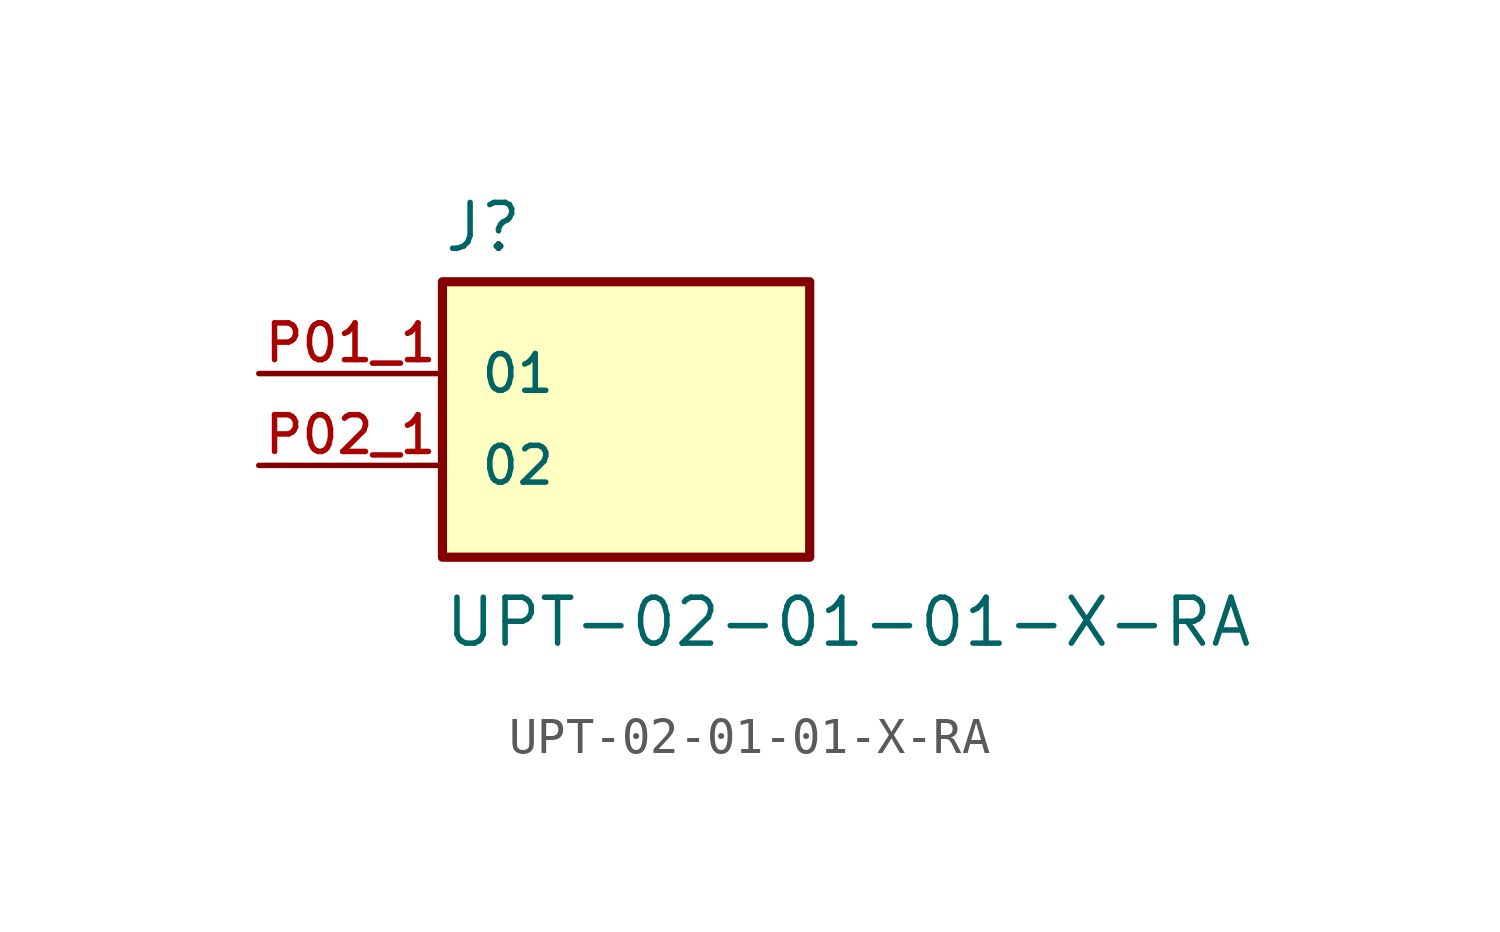
<source format=kicad_sym>
(kicad_symbol_lib
  (version 20211014)
  (generator kicad_symbol_editor)
  (symbol "UPT-02-01-01-X-RA"
    (pin_names
      (offset 1.016))
    (property "Reference" "J"
      (at -5.08 3.302 0)
      (effects (font (size 1.27 1.27)) (justify bottom left)))
    (property "Value" "UPT-02-01-01-X-RA"
      (at -5.08 -7.62 0)
      (effects (font (size 1.27 1.27)) (justify bottom left)))
    (symbol "UPT-02-01-01-X-RA_0_0"
      (rectangle (start -5.08 -5.08) (end 5.08 2.54) (stroke (width 0.254)) (fill (type background)))
      (pin passive line (at -10.16 0.0 0) (length 5.08) (name "01" (effects (font (size 1.016 1.016)))) (number "P01_1" (effects (font (size 1.016 1.016)))))
      (pin passive line (at -10.16 -2.54 0) (length 5.08) (name "02" (effects (font (size 1.016 1.016)))) (number "P02_1" (effects (font (size 1.016 1.016))))))))
</source>
